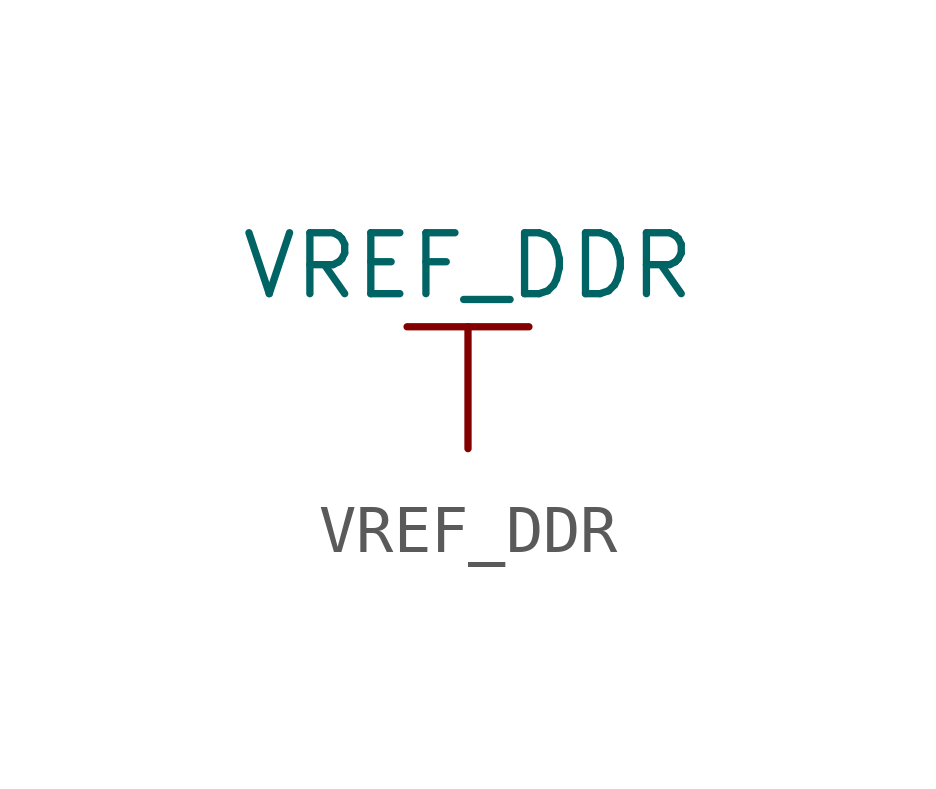
<source format=kicad_sym>
(kicad_symbol_lib
  (version 20211014)
  (generator kicad_symbol_editor)
  (symbol "VREF_DDR"
    (power)
    (pin_names
      (offset 0))
    (property "Reference" "#PWR"
      (at 0 -3.81 0)
      (effects (font (size 1.27 1.27)) hide))
    (property "Value" "VREF_DDR"
      (at 0 3.81 0)
      (effects (font (size 1.27 1.27))))
    (symbol "VREF_DDR_0_1"
      (polyline (pts (xy -1.27 2.54) (xy 1.27 2.54)) (stroke (width 0.152) (type default) (color 0 0 0 0)) (fill (type none)))
      (polyline (pts (xy 0 0) (xy 0 2.54)) (stroke (width 0.152) (type default) (color 0 0 0 0)) (fill (type none))))
    (symbol "VREF_DDR_1_1"
      (pin power_in line (at 0 0 90) (length 0) hide (name "VREF_DDR" (effects (font (size 1.27 1.27)))) (number "1" (effects (font (size 1.27 1.27))))))))
</source>
